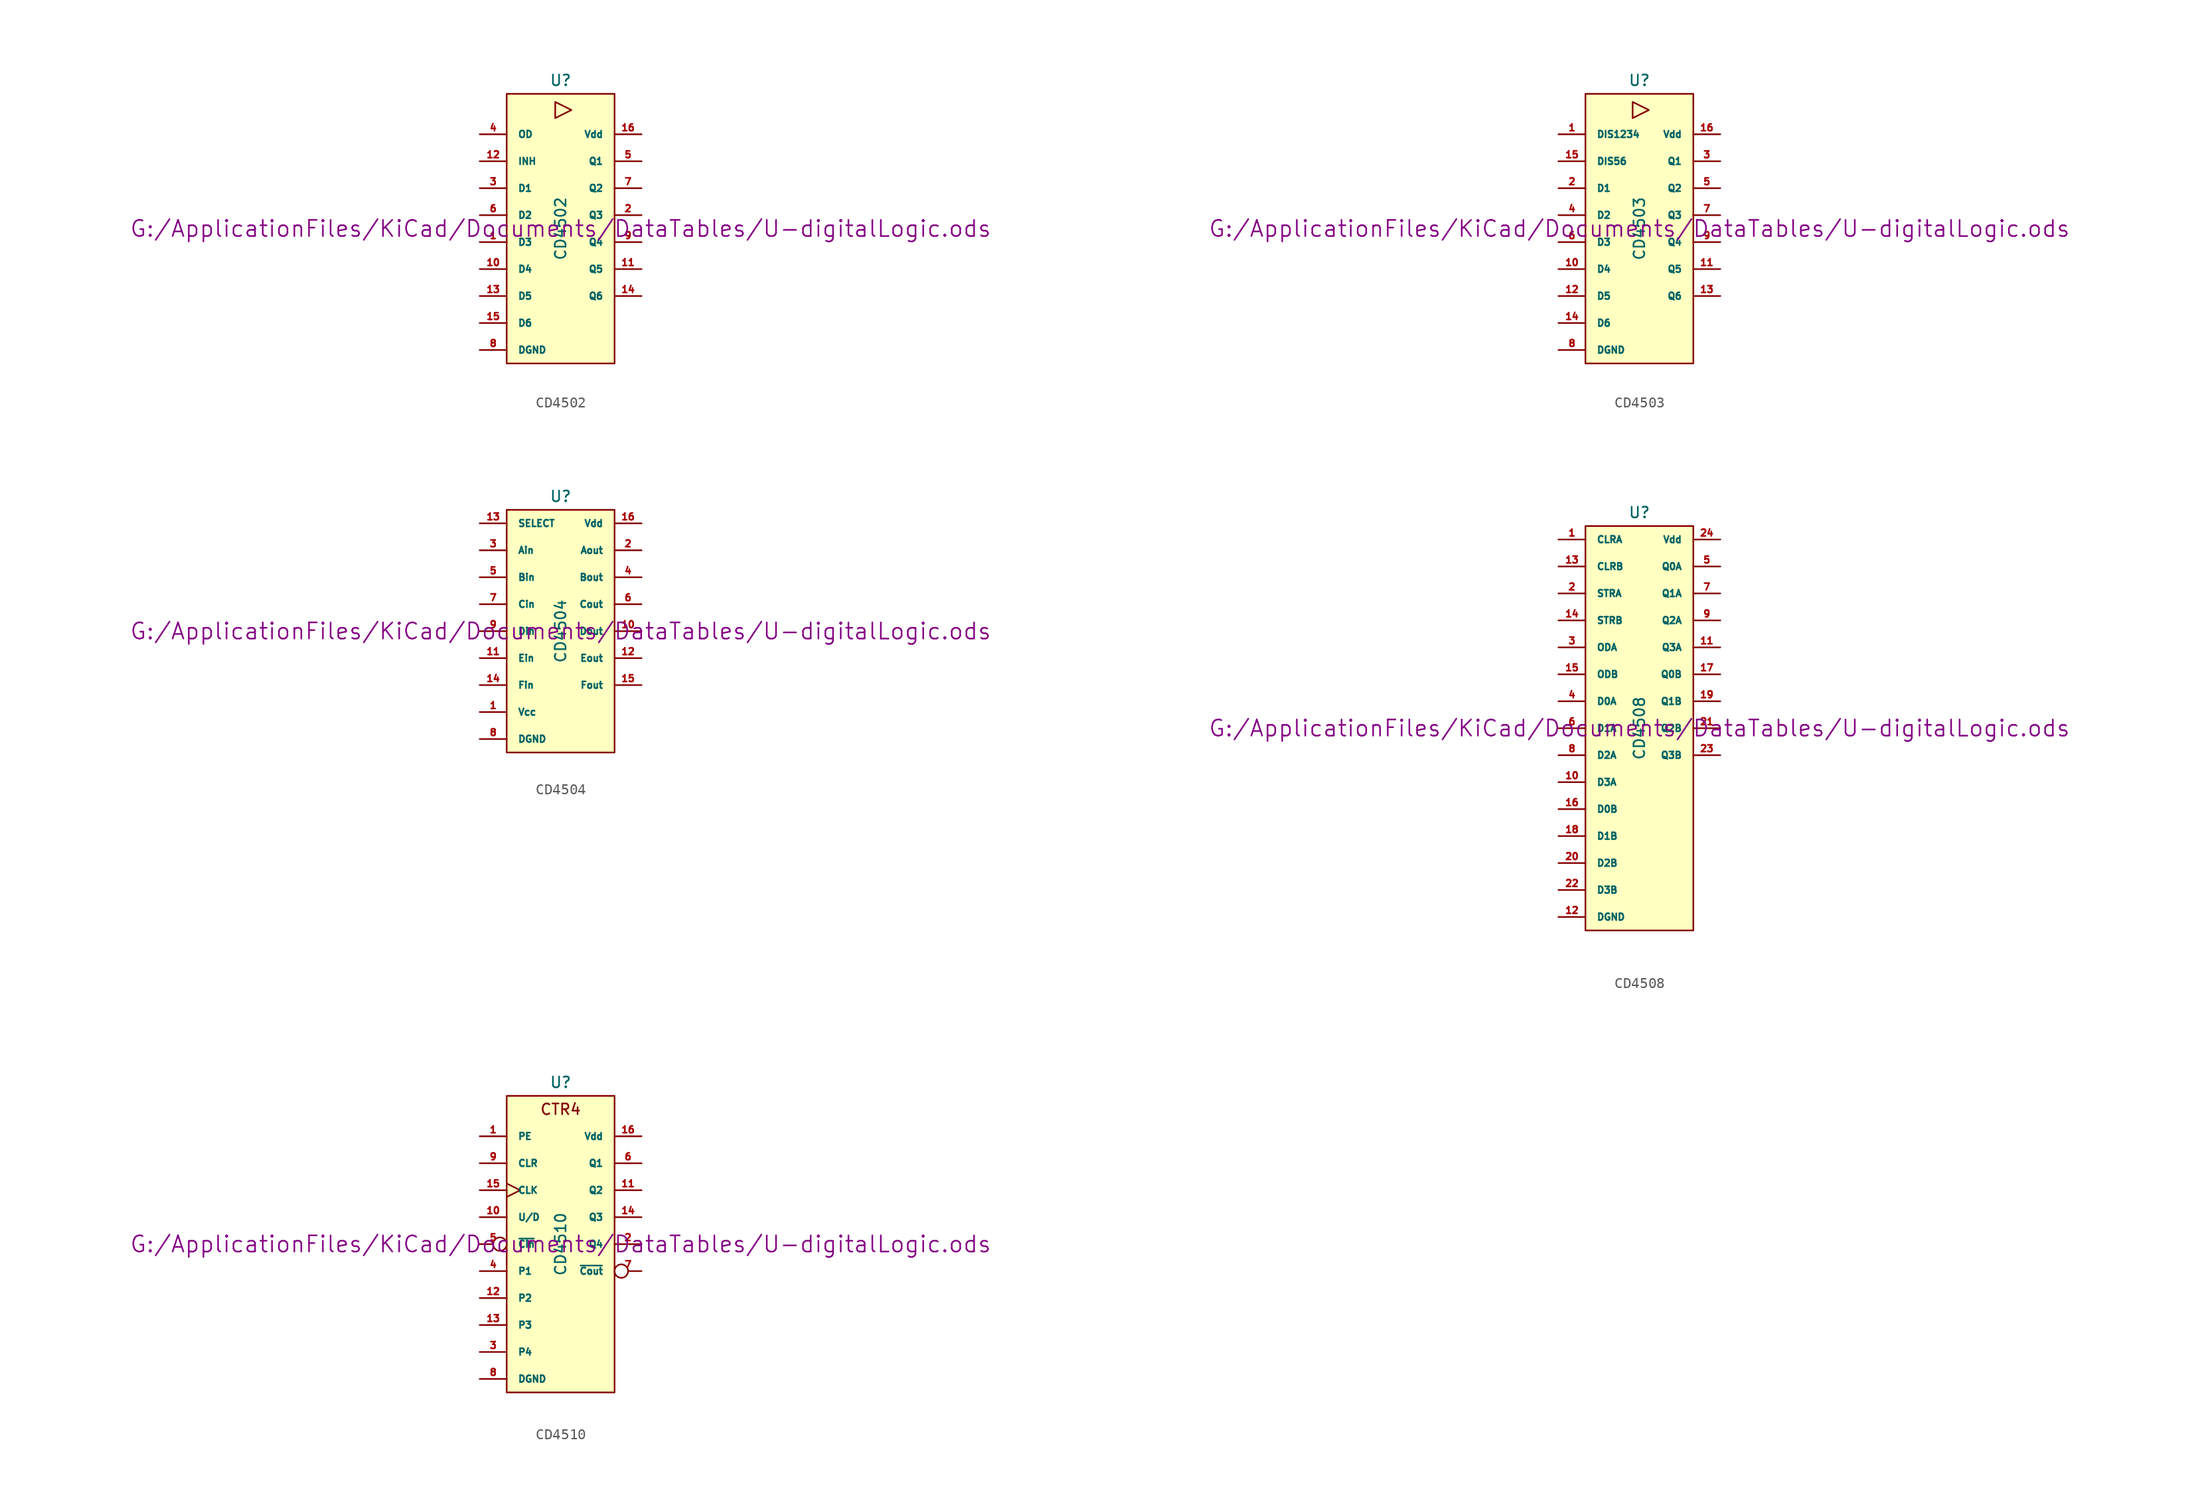
<source format=kicad_sym>
(kicad_symbol_lib
  (version 20211014)
  (generator kicad_symbol_editor)
  (symbol "CD4502"
    (pin_names
      (offset 1.016))
    (property "Reference" "U"
      (at 0 13.97 0)
      (effects (font (size 1.016 1.016))))
    (property "Value" "CD4502"
      (at 0 0 90)
      (effects (font (size 1.016 1.016))))
    (property "Footprint" ""
      (at 0 0 0)
      (effects (font (size 1.524 1.524))))
    (property "Datasheet" "G:/ApplicationFiles/KiCad/Documents/DataTables/U-digitalLogic.ods"
      (at 0 0 0)
      (effects (font (size 1.524 1.524))))
    (symbol "CD4502_0_0"
      (polyline (pts (xy -0.508 11.938) (xy -0.508 10.414) (xy 1.016 11.176) (xy -0.508 11.938)) (stroke (width 0) (type default) (color 0 0 0 0)) (fill (type none))))
    (symbol "CD4502_0_1"
      (rectangle (start -5.08 12.7) (end 5.08 -12.7) (stroke (width 0) (type default) (color 0 0 0 0)) (fill (type background))))
    (symbol "CD4502_1_1"
      (pin input line (at -7.62 -1.27 0) (length 2.54) (name "D3" (effects (font (size 0.635 0.635)))) (number "1" (effects (font (size 0.635 0.635)))))
      (pin input line (at -7.62 -3.81 0) (length 2.54) (name "D4" (effects (font (size 0.635 0.635)))) (number "10" (effects (font (size 0.635 0.635)))))
      (pin tri_state line (at 7.62 -3.81 180) (length 2.54) (name "Q5" (effects (font (size 0.635 0.635)))) (number "11" (effects (font (size 0.635 0.635)))))
      (pin input line (at -7.62 6.35 0) (length 2.54) (name "INH" (effects (font (size 0.635 0.635)))) (number "12" (effects (font (size 0.635 0.635)))))
      (pin input line (at -7.62 -6.35 0) (length 2.54) (name "D5" (effects (font (size 0.635 0.635)))) (number "13" (effects (font (size 0.635 0.635)))))
      (pin tri_state line (at 7.62 -6.35 180) (length 2.54) (name "Q6" (effects (font (size 0.635 0.635)))) (number "14" (effects (font (size 0.635 0.635)))))
      (pin input line (at -7.62 -8.89 0) (length 2.54) (name "D6" (effects (font (size 0.635 0.635)))) (number "15" (effects (font (size 0.635 0.635)))))
      (pin power_in line (at 7.62 8.89 180) (length 2.54) (name "Vdd" (effects (font (size 0.635 0.635)))) (number "16" (effects (font (size 0.635 0.635)))))
      (pin tri_state line (at 7.62 1.27 180) (length 2.54) (name "Q3" (effects (font (size 0.635 0.635)))) (number "2" (effects (font (size 0.635 0.635)))))
      (pin input line (at -7.62 3.81 0) (length 2.54) (name "D1" (effects (font (size 0.635 0.635)))) (number "3" (effects (font (size 0.635 0.635)))))
      (pin input line (at -7.62 8.89 0) (length 2.54) (name "OD" (effects (font (size 0.635 0.635)))) (number "4" (effects (font (size 0.635 0.635)))))
      (pin tri_state line (at 7.62 6.35 180) (length 2.54) (name "Q1" (effects (font (size 0.635 0.635)))) (number "5" (effects (font (size 0.635 0.635)))))
      (pin input line (at -7.62 1.27 0) (length 2.54) (name "D2" (effects (font (size 0.635 0.635)))) (number "6" (effects (font (size 0.635 0.635)))))
      (pin tri_state line (at 7.62 3.81 180) (length 2.54) (name "Q2" (effects (font (size 0.635 0.635)))) (number "7" (effects (font (size 0.635 0.635)))))
      (pin power_in line (at -7.62 -11.43 0) (length 2.54) (name "DGND" (effects (font (size 0.635 0.635)))) (number "8" (effects (font (size 0.635 0.635)))))
      (pin tri_state line (at 7.62 -1.27 180) (length 2.54) (name "Q4" (effects (font (size 0.635 0.635)))) (number "9" (effects (font (size 0.635 0.635)))))))
  (symbol "CD4503"
    (pin_names
      (offset 1.016))
    (property "Reference" "U"
      (at 0 13.97 0)
      (effects (font (size 1.016 1.016))))
    (property "Value" "CD4503"
      (at 0 0 90)
      (effects (font (size 1.016 1.016))))
    (property "Footprint" ""
      (at 0 0 0)
      (effects (font (size 1.524 1.524))))
    (property "Datasheet" "G:/ApplicationFiles/KiCad/Documents/DataTables/U-digitalLogic.ods"
      (at 0 0 0)
      (effects (font (size 1.524 1.524))))
    (symbol "CD4503_0_0"
      (polyline (pts (xy -0.635 11.938) (xy -0.635 10.414) (xy 0.889 11.176) (xy -0.635 11.938)) (stroke (width 0) (type default) (color 0 0 0 0)) (fill (type none))))
    (symbol "CD4503_0_1"
      (rectangle (start -5.08 12.7) (end 5.08 -12.7) (stroke (width 0) (type default) (color 0 0 0 0)) (fill (type background))))
    (symbol "CD4503_1_1"
      (pin input line (at -7.62 8.89 0) (length 2.54) (name "DIS1234" (effects (font (size 0.635 0.635)))) (number "1" (effects (font (size 0.635 0.635)))))
      (pin input line (at -7.62 -3.81 0) (length 2.54) (name "D4" (effects (font (size 0.635 0.635)))) (number "10" (effects (font (size 0.635 0.635)))))
      (pin tri_state line (at 7.62 -3.81 180) (length 2.54) (name "Q5" (effects (font (size 0.635 0.635)))) (number "11" (effects (font (size 0.635 0.635)))))
      (pin input line (at -7.62 -6.35 0) (length 2.54) (name "D5" (effects (font (size 0.635 0.635)))) (number "12" (effects (font (size 0.635 0.635)))))
      (pin tri_state line (at 7.62 -6.35 180) (length 2.54) (name "Q6" (effects (font (size 0.635 0.635)))) (number "13" (effects (font (size 0.635 0.635)))))
      (pin input line (at -7.62 -8.89 0) (length 2.54) (name "D6" (effects (font (size 0.635 0.635)))) (number "14" (effects (font (size 0.635 0.635)))))
      (pin input line (at -7.62 6.35 0) (length 2.54) (name "DIS56" (effects (font (size 0.635 0.635)))) (number "15" (effects (font (size 0.635 0.635)))))
      (pin power_in line (at 7.62 8.89 180) (length 2.54) (name "Vdd" (effects (font (size 0.635 0.635)))) (number "16" (effects (font (size 0.635 0.635)))))
      (pin input line (at -7.62 3.81 0) (length 2.54) (name "D1" (effects (font (size 0.635 0.635)))) (number "2" (effects (font (size 0.635 0.635)))))
      (pin tri_state line (at 7.62 6.35 180) (length 2.54) (name "Q1" (effects (font (size 0.635 0.635)))) (number "3" (effects (font (size 0.635 0.635)))))
      (pin input line (at -7.62 1.27 0) (length 2.54) (name "D2" (effects (font (size 0.635 0.635)))) (number "4" (effects (font (size 0.635 0.635)))))
      (pin tri_state line (at 7.62 3.81 180) (length 2.54) (name "Q2" (effects (font (size 0.635 0.635)))) (number "5" (effects (font (size 0.635 0.635)))))
      (pin input line (at -7.62 -1.27 0) (length 2.54) (name "D3" (effects (font (size 0.635 0.635)))) (number "6" (effects (font (size 0.635 0.635)))))
      (pin tri_state line (at 7.62 1.27 180) (length 2.54) (name "Q3" (effects (font (size 0.635 0.635)))) (number "7" (effects (font (size 0.635 0.635)))))
      (pin power_in line (at -7.62 -11.43 0) (length 2.54) (name "DGND" (effects (font (size 0.635 0.635)))) (number "8" (effects (font (size 0.635 0.635)))))
      (pin tri_state line (at 7.62 -1.27 180) (length 2.54) (name "Q4" (effects (font (size 0.635 0.635)))) (number "9" (effects (font (size 0.635 0.635)))))))
  (symbol "CD4504"
    (pin_names
      (offset 1.016))
    (property "Reference" "U"
      (at 0 12.7 0)
      (effects (font (size 1.016 1.016))))
    (property "Value" "CD4504"
      (at 0 0 90)
      (effects (font (size 1.016 1.016))))
    (property "Footprint" ""
      (at 0 0 0)
      (effects (font (size 1.524 1.524))))
    (property "Datasheet" "G:/ApplicationFiles/KiCad/Documents/DataTables/U-digitalLogic.ods"
      (at 0 0 0)
      (effects (font (size 1.524 1.524))))
    (symbol "CD4504_0_1"
      (rectangle (start -5.08 11.43) (end 5.08 -11.43) (stroke (width 0) (type default) (color 0 0 0 0)) (fill (type background))))
    (symbol "CD4504_1_1"
      (pin power_in line (at -7.62 -7.62 0) (length 2.54) (name "Vcc" (effects (font (size 0.635 0.635)))) (number "1" (effects (font (size 0.635 0.635)))))
      (pin output line (at 7.62 0 180) (length 2.54) (name "Dout" (effects (font (size 0.635 0.635)))) (number "10" (effects (font (size 0.635 0.635)))))
      (pin input line (at -7.62 -2.54 0) (length 2.54) (name "Ein" (effects (font (size 0.635 0.635)))) (number "11" (effects (font (size 0.635 0.635)))))
      (pin output line (at 7.62 -2.54 180) (length 2.54) (name "Eout" (effects (font (size 0.635 0.635)))) (number "12" (effects (font (size 0.635 0.635)))))
      (pin input line (at -7.62 10.16 0) (length 2.54) (name "SELECT" (effects (font (size 0.635 0.635)))) (number "13" (effects (font (size 0.635 0.635)))))
      (pin input line (at -7.62 -5.08 0) (length 2.54) (name "Fin" (effects (font (size 0.635 0.635)))) (number "14" (effects (font (size 0.635 0.635)))))
      (pin output line (at 7.62 -5.08 180) (length 2.54) (name "Fout" (effects (font (size 0.635 0.635)))) (number "15" (effects (font (size 0.635 0.635)))))
      (pin power_in line (at 7.62 10.16 180) (length 2.54) (name "Vdd" (effects (font (size 0.635 0.635)))) (number "16" (effects (font (size 0.635 0.635)))))
      (pin output line (at 7.62 7.62 180) (length 2.54) (name "Aout" (effects (font (size 0.635 0.635)))) (number "2" (effects (font (size 0.635 0.635)))))
      (pin input line (at -7.62 7.62 0) (length 2.54) (name "Ain" (effects (font (size 0.635 0.635)))) (number "3" (effects (font (size 0.635 0.635)))))
      (pin output line (at 7.62 5.08 180) (length 2.54) (name "Bout" (effects (font (size 0.635 0.635)))) (number "4" (effects (font (size 0.635 0.635)))))
      (pin input line (at -7.62 5.08 0) (length 2.54) (name "Bin" (effects (font (size 0.635 0.635)))) (number "5" (effects (font (size 0.635 0.635)))))
      (pin output line (at 7.62 2.54 180) (length 2.54) (name "Cout" (effects (font (size 0.635 0.635)))) (number "6" (effects (font (size 0.635 0.635)))))
      (pin input line (at -7.62 2.54 0) (length 2.54) (name "Cin" (effects (font (size 0.635 0.635)))) (number "7" (effects (font (size 0.635 0.635)))))
      (pin power_in line (at -7.62 -10.16 0) (length 2.54) (name "DGND" (effects (font (size 0.635 0.635)))) (number "8" (effects (font (size 0.635 0.635)))))
      (pin input line (at -7.62 0 0) (length 2.54) (name "Din" (effects (font (size 0.635 0.635)))) (number "9" (effects (font (size 0.635 0.635)))))))
  (symbol "CD4508"
    (pin_names
      (offset 1.016))
    (property "Reference" "U"
      (at 0 20.32 0)
      (effects (font (size 1.016 1.016))))
    (property "Value" "CD4508"
      (at 0 0 90)
      (effects (font (size 1.016 1.016))))
    (property "Footprint" ""
      (at 0 0 0)
      (effects (font (size 1.524 1.524))))
    (property "Datasheet" "G:/ApplicationFiles/KiCad/Documents/DataTables/U-digitalLogic.ods"
      (at 0 0 0)
      (effects (font (size 1.524 1.524))))
    (symbol "CD4508_0_1"
      (rectangle (start -5.08 19.05) (end 5.08 -19.05) (stroke (width 0) (type default) (color 0 0 0 0)) (fill (type background))))
    (symbol "CD4508_1_1"
      (pin input line (at -7.62 17.78 0) (length 2.54) (name "CLRA" (effects (font (size 0.635 0.635)))) (number "1" (effects (font (size 0.635 0.635)))))
      (pin input line (at -7.62 -5.08 0) (length 2.54) (name "D3A" (effects (font (size 0.635 0.635)))) (number "10" (effects (font (size 0.635 0.635)))))
      (pin tri_state line (at 7.62 7.62 180) (length 2.54) (name "Q3A" (effects (font (size 0.635 0.635)))) (number "11" (effects (font (size 0.635 0.635)))))
      (pin power_in line (at -7.62 -17.78 0) (length 2.54) (name "DGND" (effects (font (size 0.635 0.635)))) (number "12" (effects (font (size 0.635 0.635)))))
      (pin input line (at -7.62 15.24 0) (length 2.54) (name "CLRB" (effects (font (size 0.635 0.635)))) (number "13" (effects (font (size 0.635 0.635)))))
      (pin input line (at -7.62 10.16 0) (length 2.54) (name "STRB" (effects (font (size 0.635 0.635)))) (number "14" (effects (font (size 0.635 0.635)))))
      (pin input line (at -7.62 5.08 0) (length 2.54) (name "ODB" (effects (font (size 0.635 0.635)))) (number "15" (effects (font (size 0.635 0.635)))))
      (pin input line (at -7.62 -7.62 0) (length 2.54) (name "D0B" (effects (font (size 0.635 0.635)))) (number "16" (effects (font (size 0.635 0.635)))))
      (pin tri_state line (at 7.62 5.08 180) (length 2.54) (name "Q0B" (effects (font (size 0.635 0.635)))) (number "17" (effects (font (size 0.635 0.635)))))
      (pin input line (at -7.62 -10.16 0) (length 2.54) (name "D1B" (effects (font (size 0.635 0.635)))) (number "18" (effects (font (size 0.635 0.635)))))
      (pin tri_state line (at 7.62 2.54 180) (length 2.54) (name "Q1B" (effects (font (size 0.635 0.635)))) (number "19" (effects (font (size 0.635 0.635)))))
      (pin input line (at -7.62 12.7 0) (length 2.54) (name "STRA" (effects (font (size 0.635 0.635)))) (number "2" (effects (font (size 0.635 0.635)))))
      (pin input line (at -7.62 -12.7 0) (length 2.54) (name "D2B" (effects (font (size 0.635 0.635)))) (number "20" (effects (font (size 0.635 0.635)))))
      (pin tri_state line (at 7.62 0 180) (length 2.54) (name "Q2B" (effects (font (size 0.635 0.635)))) (number "21" (effects (font (size 0.635 0.635)))))
      (pin input line (at -7.62 -15.24 0) (length 2.54) (name "D3B" (effects (font (size 0.635 0.635)))) (number "22" (effects (font (size 0.635 0.635)))))
      (pin tri_state line (at 7.62 -2.54 180) (length 2.54) (name "Q3B" (effects (font (size 0.635 0.635)))) (number "23" (effects (font (size 0.635 0.635)))))
      (pin power_in line (at 7.62 17.78 180) (length 2.54) (name "Vdd" (effects (font (size 0.635 0.635)))) (number "24" (effects (font (size 0.635 0.635)))))
      (pin input line (at -7.62 7.62 0) (length 2.54) (name "ODA" (effects (font (size 0.635 0.635)))) (number "3" (effects (font (size 0.635 0.635)))))
      (pin input line (at -7.62 2.54 0) (length 2.54) (name "D0A" (effects (font (size 0.635 0.635)))) (number "4" (effects (font (size 0.635 0.635)))))
      (pin tri_state line (at 7.62 15.24 180) (length 2.54) (name "Q0A" (effects (font (size 0.635 0.635)))) (number "5" (effects (font (size 0.635 0.635)))))
      (pin input line (at -7.62 0 0) (length 2.54) (name "D1A" (effects (font (size 0.635 0.635)))) (number "6" (effects (font (size 0.635 0.635)))))
      (pin tri_state line (at 7.62 12.7 180) (length 2.54) (name "Q1A" (effects (font (size 0.635 0.635)))) (number "7" (effects (font (size 0.635 0.635)))))
      (pin input line (at -7.62 -2.54 0) (length 2.54) (name "D2A" (effects (font (size 0.635 0.635)))) (number "8" (effects (font (size 0.635 0.635)))))
      (pin tri_state line (at 7.62 10.16 180) (length 2.54) (name "Q2A" (effects (font (size 0.635 0.635)))) (number "9" (effects (font (size 0.635 0.635)))))))
  (symbol "CD4510"
    (pin_names
      (offset 1.016))
    (property "Reference" "U"
      (at 0 15.24 0)
      (effects (font (size 1.016 1.016))))
    (property "Value" "CD4510"
      (at 0 0 90)
      (effects (font (size 1.016 1.016))))
    (property "Footprint" ""
      (at 0 0 0)
      (effects (font (size 1.524 1.524))))
    (property "Datasheet" "G:/ApplicationFiles/KiCad/Documents/DataTables/U-digitalLogic.ods"
      (at 0 0 0)
      (effects (font (size 1.524 1.524))))
    (symbol "CD4510_0_0"
      (text "CTR4" (at 0 12.7 0) (effects (font (size 1.016 1.016)))))
    (symbol "CD4510_0_1"
      (rectangle (start -5.08 13.97) (end 5.08 -13.97) (stroke (width 0) (type default) (color 0 0 0 0)) (fill (type background))))
    (symbol "CD4510_1_1"
      (pin input line (at -7.62 10.16 0) (length 2.54) (name "PE" (effects (font (size 0.635 0.635)))) (number "1" (effects (font (size 0.635 0.635)))))
      (pin input line (at -7.62 2.54 0) (length 2.54) (name "U/D" (effects (font (size 0.635 0.635)))) (number "10" (effects (font (size 0.635 0.635)))))
      (pin output line (at 7.62 5.08 180) (length 2.54) (name "Q2" (effects (font (size 0.635 0.635)))) (number "11" (effects (font (size 0.635 0.635)))))
      (pin input line (at -7.62 -5.08 0) (length 2.54) (name "P2" (effects (font (size 0.635 0.635)))) (number "12" (effects (font (size 0.635 0.635)))))
      (pin input line (at -7.62 -7.62 0) (length 2.54) (name "P3" (effects (font (size 0.635 0.635)))) (number "13" (effects (font (size 0.635 0.635)))))
      (pin output line (at 7.62 2.54 180) (length 2.54) (name "Q3" (effects (font (size 0.635 0.635)))) (number "14" (effects (font (size 0.635 0.635)))))
      (pin input clock (at -7.62 5.08 0) (length 2.54) (name "CLK" (effects (font (size 0.635 0.635)))) (number "15" (effects (font (size 0.635 0.635)))))
      (pin power_in line (at 7.62 10.16 180) (length 2.54) (name "Vdd" (effects (font (size 0.635 0.635)))) (number "16" (effects (font (size 0.635 0.635)))))
      (pin output line (at 7.62 0 180) (length 2.54) (name "Q4" (effects (font (size 0.635 0.635)))) (number "2" (effects (font (size 0.635 0.635)))))
      (pin input line (at -7.62 -10.16 0) (length 2.54) (name "P4" (effects (font (size 0.635 0.635)))) (number "3" (effects (font (size 0.635 0.635)))))
      (pin input line (at -7.62 -2.54 0) (length 2.54) (name "P1" (effects (font (size 0.635 0.635)))) (number "4" (effects (font (size 0.635 0.635)))))
      (pin input inverted (at -7.62 0 0) (length 2.54) (name "~{Cin}" (effects (font (size 0.635 0.635)))) (number "5" (effects (font (size 0.635 0.635)))))
      (pin output line (at 7.62 7.62 180) (length 2.54) (name "Q1" (effects (font (size 0.635 0.635)))) (number "6" (effects (font (size 0.635 0.635)))))
      (pin output inverted (at 7.62 -2.54 180) (length 2.54) (name "~{Cout}" (effects (font (size 0.635 0.635)))) (number "7" (effects (font (size 0.635 0.635)))))
      (pin power_in line (at -7.62 -12.7 0) (length 2.54) (name "DGND" (effects (font (size 0.635 0.635)))) (number "8" (effects (font (size 0.635 0.635)))))
      (pin input line (at -7.62 7.62 0) (length 2.54) (name "CLR" (effects (font (size 0.635 0.635)))) (number "9" (effects (font (size 0.635 0.635))))))))
</source>
